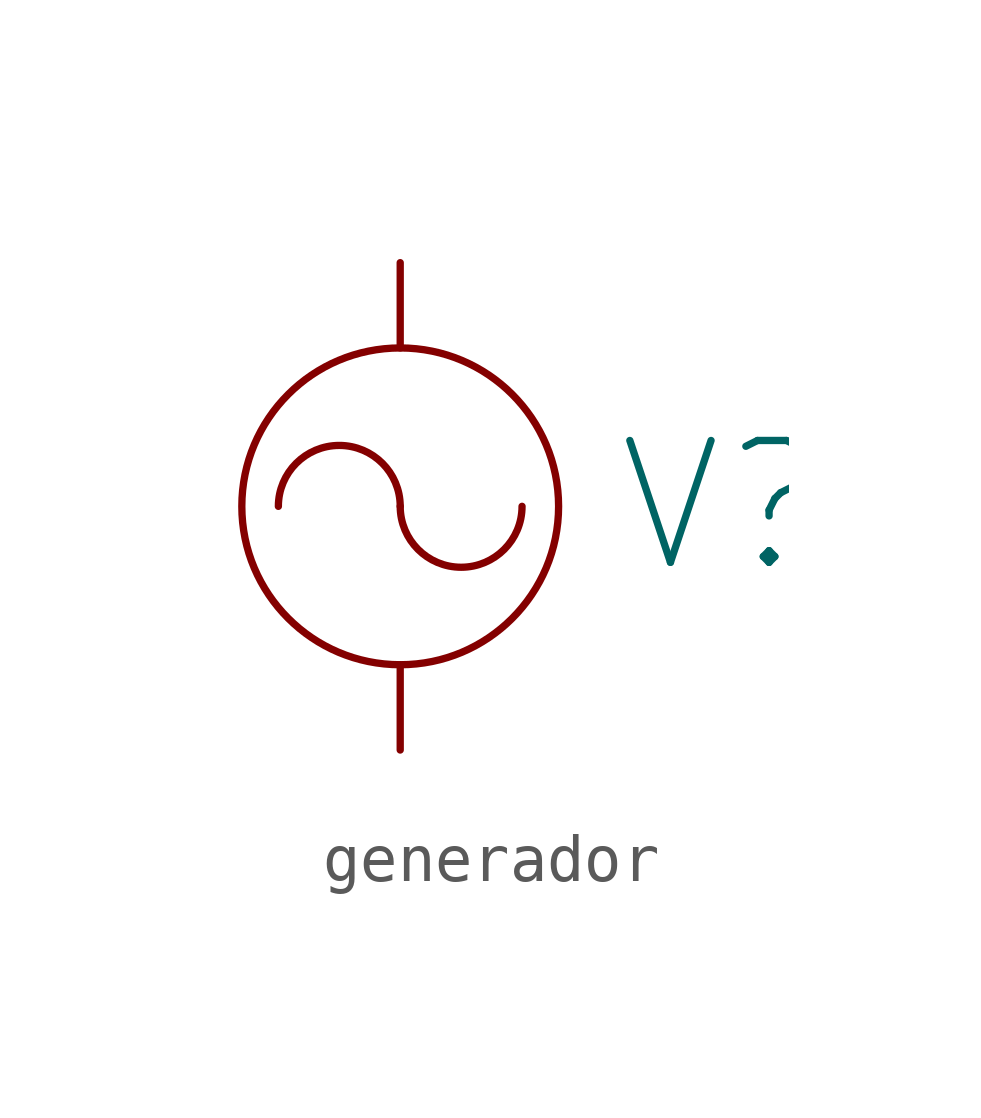
<source format=kicad_sym>
(kicad_symbol_lib
  (version 20231120)
  (generator "kicad_symbol_editor")
  (generator_version "8.0")
  (symbol "generador"
    (pin_names
      (offset 1.016))
    (property "Reference" "V"
      (at 4.445 -5.08 0)
      (effects (font (size 2.54 2.54)) (justify left)))
    (symbol "generador_0_0"
      (arc (start 0 -5.08) (mid -1.27 -3.8155) (end -2.54 -5.08) (stroke (width 0) (type default)) (fill (type none)))
      (arc (start 0 -5.08) (mid 1.27 -6.3445) (end 2.54 -5.08) (stroke (width 0) (type default)) (fill (type none))))
    (symbol "generador_0_1"
      (circle (center 0 -5.08) (radius 3.302) (stroke (width 0) (type default)) (fill (type none))))
    (symbol "generador_1_1"
      (pin input line (at 0 -10.16 90) (length 1.778) (name "" (effects (font (size 1.27 1.27)))) (number "" (effects (font (size 1.143 1.143)))))
      (pin input line (at 0 0 270) (length 1.778) (name "" (effects (font (size 1.27 1.27)))) (number "" (effects (font (size 1.143 1.143))))))))
</source>
